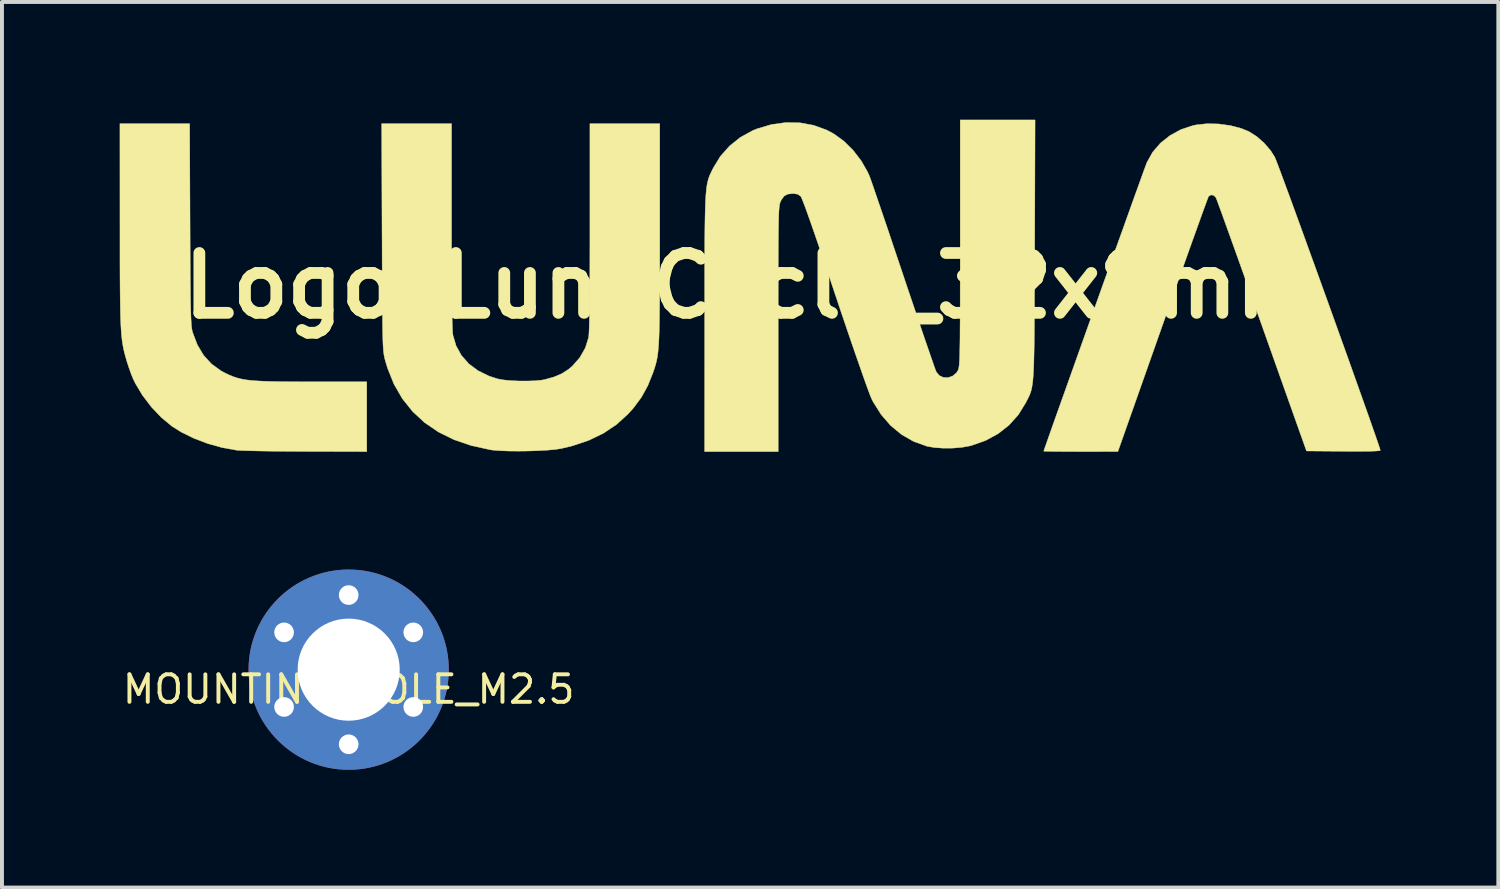
<source format=kicad_pcb>
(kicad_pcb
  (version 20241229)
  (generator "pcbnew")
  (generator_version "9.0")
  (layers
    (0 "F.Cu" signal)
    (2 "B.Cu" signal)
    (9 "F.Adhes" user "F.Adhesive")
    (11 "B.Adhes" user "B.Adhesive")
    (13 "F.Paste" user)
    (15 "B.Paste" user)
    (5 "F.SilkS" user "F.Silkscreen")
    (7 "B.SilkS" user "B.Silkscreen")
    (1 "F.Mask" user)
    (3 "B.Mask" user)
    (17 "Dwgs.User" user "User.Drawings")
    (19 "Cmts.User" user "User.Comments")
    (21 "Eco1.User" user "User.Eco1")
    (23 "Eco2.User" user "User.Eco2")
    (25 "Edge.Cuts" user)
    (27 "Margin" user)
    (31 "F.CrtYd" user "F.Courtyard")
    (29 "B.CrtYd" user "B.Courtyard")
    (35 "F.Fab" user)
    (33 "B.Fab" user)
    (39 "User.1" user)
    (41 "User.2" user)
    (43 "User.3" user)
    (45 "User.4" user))
  (footprint "MOUNTING_HOLE_M2.5"
    (layer "F.Cu")
    (at 5.83 14.005)
    (property "Reference" "MOUNTING_HOLE_M2.5" (at 0 0.5 0) (layer "F.SilkS") (effects (font (size 0.7 0.7) (thickness 0.1))))
    (attr through_hole)
    (pad "1" thru_hole circle (at -1.645 -0.95) (size 0.6 0.6) (drill 0.5) (layers "*.Cu" "*.Mask"))
    (pad "1" thru_hole circle (at -1.645 0.95) (size 0.6 0.6) (drill 0.5) (layers "*.Cu" "*.Mask"))
    (pad "1" thru_hole circle (at 0 -1.9) (size 0.6 0.6) (drill 0.5) (layers "*.Cu" "*.Mask"))
    (pad "1" thru_hole circle (at 0 0) (size 5.1 5.1) (drill 2.6) (layers "*.Cu" "*.Mask"))
    (pad "1" thru_hole circle (at 0 1.9) (size 0.6 0.6) (drill 0.5) (layers "*.Cu" "*.Mask"))
    (pad "1" thru_hole circle (at 1.645 -0.95) (size 0.6 0.6) (drill 0.5) (layers "*.Cu" "*.Mask"))
    (pad "1" thru_hole circle (at 1.645 0.95) (size 0.6 0.6) (drill 0.5) (layers "*.Cu" "*.Mask")))
  (footprint "Logo_LunaCycle_32x8mm"
    (layer "F.Cu")
    (at 16.07 4.228)
    (property "Reference" "Logo_LunaCycle_32x8mm" (at 0 0 0) (layer "F.SilkS") (effects (font (size 1.524 1.524) (thickness 0.3))))
    (attr through_hole)
    (fp_poly (pts (xy -14.28 -1.564) (xy -14.278 -1.095) (xy -14.276 -0.686) (xy -14.274 -0.332) (xy -14.271 -0.028) (xy -14.269 0.229) (xy -14.266 0.445) (xy -14.262 0.623) (xy -14.258 0.769) (xy -14.253 0.885) (xy -14.247 0.977) (xy -14.241 1.049) (xy -14.233 1.106) (xy -14.224 1.151) (xy -14.215 1.185) (xy -14.095 1.502) (xy -13.936 1.769) (xy -13.736 1.989) (xy -13.494 2.165) (xy -13.387 2.223) (xy -13.284 2.271) (xy -13.185 2.312) (xy -13.084 2.346) (xy -12.974 2.374) (xy -12.85 2.396) (xy -12.704 2.413) (xy -12.531 2.425) (xy -12.324 2.434) (xy -12.076 2.44) (xy -11.782 2.443) (xy -11.436 2.445) (xy -11.172 2.445) (xy -9.779 2.445) (xy -9.779 4.223) (xy -11.327 4.219) (xy -11.643 4.217) (xy -11.947 4.215) (xy -12.231 4.212) (xy -12.487 4.208) (xy -12.71 4.203) (xy -12.891 4.198) (xy -13.022 4.193) (xy -13.097 4.187) (xy -13.461 4.122) (xy -13.829 4.019) (xy -14.182 3.885) (xy -14.505 3.726) (xy -14.743 3.576) (xy -15.012 3.353) (xy -15.267 3.084) (xy -15.493 2.787) (xy -15.677 2.479) (xy -15.732 2.363) (xy -15.782 2.239) (xy -15.837 2.085) (xy -15.888 1.929) (xy -15.895 1.905) (xy -15.924 1.803) (xy -15.95 1.707) (xy -15.972 1.613) (xy -15.991 1.515) (xy -16.008 1.41) (xy -16.022 1.292) (xy -16.033 1.157) (xy -16.042 1.001) (xy -16.05 0.817) (xy -16.055 0.603) (xy -16.059 0.352) (xy -16.062 0.061) (xy -16.064 -0.276) (xy -16.065 -0.662) (xy -16.065 -1.103) (xy -16.065 -1.548) (xy -16.066 -4.128) (xy -14.29 -4.128) (xy -14.28 -1.564)) (stroke (width 0.01) (type solid)) (fill yes) (layer "F.SilkS"))
    (fp_poly (pts (xy -7.62 -1.53) (xy -7.62 -0.971) (xy -7.618 -0.475) (xy -7.616 -0.041) (xy -7.613 0.329) (xy -7.609 0.638) (xy -7.604 0.886) (xy -7.598 1.072) (xy -7.592 1.197) (xy -7.585 1.256) (xy -7.504 1.53) (xy -7.368 1.775) (xy -7.181 1.987) (xy -6.945 2.163) (xy -6.665 2.3) (xy -6.445 2.371) (xy -6.304 2.397) (xy -6.12 2.415) (xy -5.911 2.425) (xy -5.696 2.426) (xy -5.495 2.419) (xy -5.327 2.403) (xy -5.252 2.39) (xy -5.008 2.321) (xy -4.809 2.236) (xy -4.639 2.126) (xy -4.54 2.042) (xy -4.353 1.828) (xy -4.213 1.582) (xy -4.13 1.317) (xy -4.128 1.305) (xy -4.122 1.241) (xy -4.116 1.115) (xy -4.111 0.932) (xy -4.107 0.694) (xy -4.104 0.403) (xy -4.101 0.062) (xy -4.098 -0.325) (xy -4.097 -0.756) (xy -4.096 -1.229) (xy -4.096 -1.497) (xy -4.096 -4.128) (xy -2.318 -4.128) (xy -2.318 -1.338) (xy -2.318 -0.829) (xy -2.318 -0.38) (xy -2.319 0.015) (xy -2.32 0.359) (xy -2.323 0.657) (xy -2.326 0.914) (xy -2.331 1.133) (xy -2.337 1.319) (xy -2.345 1.477) (xy -2.355 1.61) (xy -2.367 1.724) (xy -2.381 1.822) (xy -2.398 1.909) (xy -2.418 1.989) (xy -2.441 2.067) (xy -2.466 2.146) (xy -2.487 2.207) (xy -2.621 2.542) (xy -2.783 2.837) (xy -2.985 3.11) (xy -3.126 3.266) (xy -3.419 3.533) (xy -3.752 3.756) (xy -4.126 3.937) (xy -4.547 4.078) (xy -4.827 4.145) (xy -4.975 4.168) (xy -5.172 4.186) (xy -5.404 4.199) (xy -5.654 4.208) (xy -5.909 4.211) (xy -6.155 4.209) (xy -6.375 4.201) (xy -6.557 4.187) (xy -6.636 4.176) (xy -7.121 4.069) (xy -7.562 3.918) (xy -7.958 3.722) (xy -8.309 3.482) (xy -8.615 3.198) (xy -8.875 2.872) (xy -9.087 2.504) (xy -9.252 2.093) (xy -9.31 1.898) (xy -9.322 1.852) (xy -9.332 1.807) (xy -9.341 1.759) (xy -9.349 1.704) (xy -9.356 1.637) (xy -9.362 1.554) (xy -9.367 1.451) (xy -9.371 1.323) (xy -9.375 1.168) (xy -9.378 0.979) (xy -9.38 0.754) (xy -9.382 0.488) (xy -9.384 0.177) (xy -9.386 -0.184) (xy -9.388 -0.599) (xy -9.389 -1.071) (xy -9.39 -1.246) (xy -9.4 -4.128) (xy -7.62 -4.128) (xy -7.62 -1.53)) (stroke (width 0.01) (type solid)) (fill yes) (layer "F.SilkS"))
    (fp_poly (pts (xy 11.918 -4.121) (xy 12.215 -4.08) (xy 12.492 -4.008) (xy 12.694 -3.924) (xy 12.888 -3.8) (xy 13.077 -3.633) (xy 13.241 -3.442) (xy 13.344 -3.279) (xy 13.365 -3.229) (xy 13.406 -3.125) (xy 13.464 -2.972) (xy 13.538 -2.772) (xy 13.627 -2.532) (xy 13.729 -2.255) (xy 13.842 -1.946) (xy 13.965 -1.608) (xy 14.096 -1.248) (xy 14.233 -0.868) (xy 14.376 -0.474) (xy 14.522 -0.07) (xy 14.67 0.34) (xy 14.818 0.751) (xy 14.964 1.159) (xy 15.108 1.559) (xy 15.247 1.947) (xy 15.379 2.319) (xy 15.504 2.67) (xy 15.62 2.996) (xy 15.725 3.291) (xy 15.817 3.553) (xy 15.895 3.776) (xy 15.957 3.956) (xy 16.002 4.088) (xy 16.028 4.169) (xy 16.034 4.193) (xy 16.003 4.202) (xy 15.911 4.209) (xy 15.763 4.214) (xy 15.561 4.216) (xy 15.308 4.217) (xy 15.093 4.215) (xy 14.153 4.207) (xy 13.019 1.015) (xy 12.865 0.582) (xy 12.716 0.165) (xy 12.574 -0.232) (xy 12.441 -0.606) (xy 12.317 -0.951) (xy 12.205 -1.264) (xy 12.105 -1.541) (xy 12.02 -1.778) (xy 11.949 -1.972) (xy 11.896 -2.117) (xy 11.861 -2.21) (xy 11.847 -2.247) (xy 11.789 -2.304) (xy 11.719 -2.314) (xy 11.661 -2.278) (xy 11.646 -2.243) (xy 11.612 -2.153) (xy 11.56 -2.01) (xy 11.49 -1.819) (xy 11.406 -1.584) (xy 11.307 -1.308) (xy 11.195 -0.997) (xy 11.073 -0.653) (xy 10.94 -0.28) (xy 10.799 0.117) (xy 10.651 0.535) (xy 10.498 0.97) (xy 10.49 0.992) (xy 9.35 4.222) (xy 8.406 4.223) (xy 8.168 4.222) (xy 7.953 4.221) (xy 7.767 4.22) (xy 7.618 4.217) (xy 7.515 4.215) (xy 7.465 4.212) (xy 7.461 4.211) (xy 7.472 4.179) (xy 7.502 4.091) (xy 7.551 3.952) (xy 7.616 3.767) (xy 7.696 3.54) (xy 7.79 3.276) (xy 7.896 2.978) (xy 8.013 2.651) (xy 8.138 2.3) (xy 8.27 1.929) (xy 8.408 1.542) (xy 8.55 1.144) (xy 8.694 0.74) (xy 8.84 0.333) (xy 8.984 -0.071) (xy 9.127 -0.469) (xy 9.265 -0.856) (xy 9.399 -1.227) (xy 9.525 -1.579) (xy 9.642 -1.906) (xy 9.749 -2.205) (xy 9.845 -2.47) (xy 9.927 -2.698) (xy 9.994 -2.884) (xy 10.045 -3.023) (xy 10.078 -3.112) (xy 10.09 -3.143) (xy 10.237 -3.405) (xy 10.435 -3.635) (xy 10.677 -3.827) (xy 10.954 -3.978) (xy 11.26 -4.08) (xy 11.346 -4.098) (xy 11.622 -4.128) (xy 11.918 -4.121)) (stroke (width 0.01) (type solid)) (fill yes) (layer "F.SilkS"))
    (fp_poly (pts (xy 7.231 -0.929) (xy 7.229 -0.385) (xy 7.228 0.099) (xy 7.226 0.527) (xy 7.224 0.903) (xy 7.222 1.232) (xy 7.219 1.516) (xy 7.214 1.76) (xy 7.209 1.968) (xy 7.202 2.144) (xy 7.194 2.291) (xy 7.184 2.413) (xy 7.171 2.515) (xy 7.157 2.599) (xy 7.14 2.671) (xy 7.12 2.734) (xy 7.097 2.791) (xy 7.07 2.848) (xy 7.041 2.906) (xy 7.007 2.971) (xy 7.004 2.978) (xy 6.816 3.284) (xy 6.58 3.547) (xy 6.301 3.767) (xy 5.98 3.941) (xy 5.62 4.068) (xy 5.572 4.08) (xy 5.376 4.115) (xy 5.148 4.134) (xy 4.911 4.136) (xy 4.687 4.121) (xy 4.5 4.09) (xy 4.485 4.086) (xy 4.149 3.965) (xy 3.841 3.789) (xy 3.563 3.56) (xy 3.322 3.282) (xy 3.119 2.96) (xy 3.076 2.873) (xy 3.046 2.803) (xy 2.999 2.678) (xy 2.935 2.503) (xy 2.857 2.283) (xy 2.766 2.023) (xy 2.663 1.729) (xy 2.552 1.406) (xy 2.434 1.059) (xy 2.309 0.692) (xy 2.182 0.312) (xy 2.146 0.206) (xy 1.994 -0.248) (xy 1.853 -0.663) (xy 1.726 -1.036) (xy 1.612 -1.366) (xy 1.513 -1.649) (xy 1.43 -1.883) (xy 1.363 -2.065) (xy 1.313 -2.193) (xy 1.282 -2.265) (xy 1.274 -2.278) (xy 1.197 -2.332) (xy 1.089 -2.349) (xy 1.079 -2.349) (xy 0.944 -2.335) (xy 0.85 -2.285) (xy 0.779 -2.188) (xy 0.76 -2.149) (xy 0.75 -2.125) (xy 0.741 -2.097) (xy 0.734 -2.061) (xy 0.727 -2.014) (xy 0.721 -1.951) (xy 0.716 -1.868) (xy 0.712 -1.763) (xy 0.709 -1.63) (xy 0.706 -1.466) (xy 0.704 -1.268) (xy 0.702 -1.031) (xy 0.701 -0.751) (xy 0.7 -0.425) (xy 0.7 -0.048) (xy 0.699 0.382) (xy 0.699 0.871) (xy 0.699 1.103) (xy 0.699 4.223) (xy -1.175 4.223) (xy -1.174 0.96) (xy -1.174 0.413) (xy -1.174 -0.074) (xy -1.174 -0.506) (xy -1.173 -0.886) (xy -1.171 -1.218) (xy -1.168 -1.505) (xy -1.164 -1.753) (xy -1.159 -1.965) (xy -1.153 -2.144) (xy -1.144 -2.294) (xy -1.133 -2.42) (xy -1.121 -2.526) (xy -1.105 -2.614) (xy -1.087 -2.69) (xy -1.067 -2.756) (xy -1.043 -2.817) (xy -1.015 -2.877) (xy -0.985 -2.94) (xy -0.955 -3) (xy -0.772 -3.299) (xy -0.539 -3.561) (xy -0.264 -3.781) (xy 0.049 -3.953) (xy 0.155 -3.996) (xy 0.522 -4.106) (xy 0.89 -4.157) (xy 1.252 -4.151) (xy 1.603 -4.087) (xy 1.934 -3.966) (xy 2.115 -3.87) (xy 2.371 -3.684) (xy 2.608 -3.45) (xy 2.814 -3.182) (xy 2.979 -2.893) (xy 3.025 -2.788) (xy 3.048 -2.726) (xy 3.089 -2.609) (xy 3.147 -2.442) (xy 3.219 -2.23) (xy 3.305 -1.979) (xy 3.403 -1.692) (xy 3.51 -1.377) (xy 3.624 -1.036) (xy 3.745 -0.677) (xy 3.871 -0.303) (xy 3.887 -0.254) (xy 4.012 0.118) (xy 4.133 0.475) (xy 4.247 0.812) (xy 4.352 1.123) (xy 4.448 1.404) (xy 4.533 1.65) (xy 4.604 1.856) (xy 4.66 2.018) (xy 4.7 2.129) (xy 4.722 2.187) (xy 4.724 2.191) (xy 4.8 2.285) (xy 4.905 2.334) (xy 5.023 2.339) (xy 5.138 2.301) (xy 5.235 2.221) (xy 5.281 2.15) (xy 5.29 2.128) (xy 5.297 2.097) (xy 5.304 2.055) (xy 5.31 1.996) (xy 5.315 1.918) (xy 5.32 1.817) (xy 5.323 1.689) (xy 5.326 1.53) (xy 5.329 1.336) (xy 5.33 1.104) (xy 5.332 0.83) (xy 5.333 0.509) (xy 5.333 0.139) (xy 5.334 -0.285) (xy 5.334 -0.766) (xy 5.334 -1.092) (xy 5.334 -4.223) (xy 7.241 -4.223) (xy 7.231 -0.929)) (stroke (width 0.01) (type solid)) (fill yes) (layer "F.SilkS")))
  (gr_rect
    (start -3 -3)
    (end 35.109 19.555)
    (stroke (width 0.1) (type default))
    (fill no)
    (layer "Edge.Cuts")))
</source>
